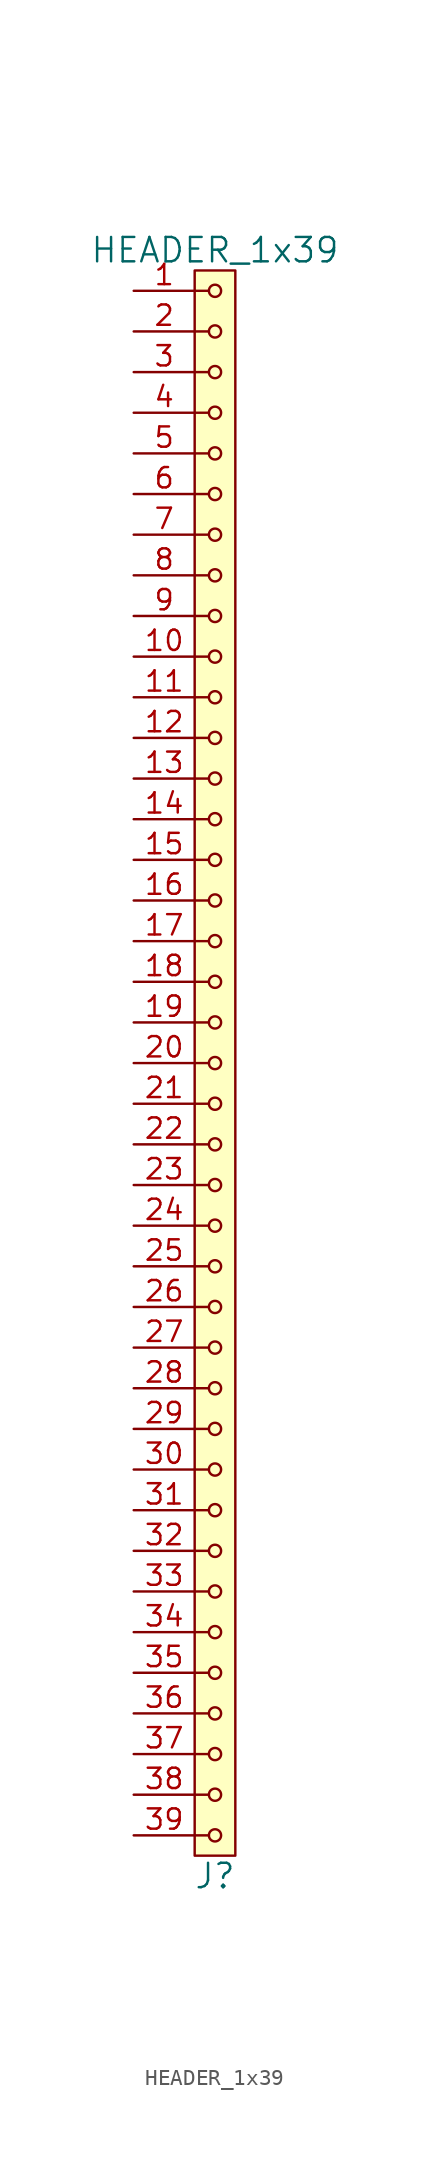
<source format=kicad_sym>
(kicad_symbol_lib
  (version 20211014)
  (generator kicad_symbol_editor)
  (symbol "HEADER_1x39"
    (pin_names
      (offset 1.016))
    (property "Reference" "J"
      (at 0 -50.8 0)
      (effects (font (size 1.524 1.524))))
    (property "Value" "HEADER_1x39"
      (at 0 50.8 0)
      (effects (font (size 1.524 1.524))))
    (property "Footprint" ""
      (at 0 48.26 0)
      (effects (font (size 1.524 1.524))))
    (property "Datasheet" ""
      (at 0 48.26 0)
      (effects (font (size 1.524 1.524))))
    (symbol "HEADER_1x39_0_1"
      (rectangle (start -1.27 49.53) (end 1.27 -49.53) (stroke (width 0) (type default) (color 0 0 0 0)) (fill (type background)))
      (circle (center 0 -48.26) (radius 0.381) (stroke (width 0) (type default) (color 0 0 0 0)) (fill (type none)))
      (circle (center 0 -45.72) (radius 0.381) (stroke (width 0) (type default) (color 0 0 0 0)) (fill (type none)))
      (circle (center 0 -43.18) (radius 0.381) (stroke (width 0) (type default) (color 0 0 0 0)) (fill (type none)))
      (circle (center 0 -40.64) (radius 0.381) (stroke (width 0) (type default) (color 0 0 0 0)) (fill (type none)))
      (circle (center 0 -38.1) (radius 0.381) (stroke (width 0) (type default) (color 0 0 0 0)) (fill (type none)))
      (circle (center 0 -35.56) (radius 0.381) (stroke (width 0) (type default) (color 0 0 0 0)) (fill (type none)))
      (circle (center 0 -33.02) (radius 0.381) (stroke (width 0) (type default) (color 0 0 0 0)) (fill (type none)))
      (circle (center 0 -30.48) (radius 0.381) (stroke (width 0) (type default) (color 0 0 0 0)) (fill (type none)))
      (circle (center 0 -27.94) (radius 0.381) (stroke (width 0) (type default) (color 0 0 0 0)) (fill (type none)))
      (circle (center 0 -25.4) (radius 0.381) (stroke (width 0) (type default) (color 0 0 0 0)) (fill (type none)))
      (circle (center 0 -22.86) (radius 0.381) (stroke (width 0) (type default) (color 0 0 0 0)) (fill (type none)))
      (circle (center 0 -20.32) (radius 0.381) (stroke (width 0) (type default) (color 0 0 0 0)) (fill (type none)))
      (circle (center 0 -17.78) (radius 0.381) (stroke (width 0) (type default) (color 0 0 0 0)) (fill (type none)))
      (circle (center 0 -15.24) (radius 0.381) (stroke (width 0) (type default) (color 0 0 0 0)) (fill (type none)))
      (circle (center 0 -12.7) (radius 0.381) (stroke (width 0) (type default) (color 0 0 0 0)) (fill (type none)))
      (circle (center 0 -10.16) (radius 0.381) (stroke (width 0) (type default) (color 0 0 0 0)) (fill (type none)))
      (circle (center 0 -7.62) (radius 0.381) (stroke (width 0) (type default) (color 0 0 0 0)) (fill (type none)))
      (circle (center 0 -5.08) (radius 0.381) (stroke (width 0) (type default) (color 0 0 0 0)) (fill (type none)))
      (circle (center 0 -2.54) (radius 0.381) (stroke (width 0) (type default) (color 0 0 0 0)) (fill (type none)))
      (polyline (pts (xy -1.27 -48.26) (xy -0.381 -48.26)) (stroke (width 0) (type default) (color 0 0 0 0)) (fill (type none)))
      (polyline (pts (xy -1.27 -45.72) (xy -0.381 -45.72)) (stroke (width 0) (type default) (color 0 0 0 0)) (fill (type none)))
      (polyline (pts (xy -1.27 -43.18) (xy -0.381 -43.18)) (stroke (width 0) (type default) (color 0 0 0 0)) (fill (type none)))
      (polyline (pts (xy -1.27 -40.64) (xy -0.381 -40.64)) (stroke (width 0) (type default) (color 0 0 0 0)) (fill (type none)))
      (polyline (pts (xy -1.27 -38.1) (xy -0.381 -38.1)) (stroke (width 0) (type default) (color 0 0 0 0)) (fill (type none)))
      (polyline (pts (xy -1.27 -35.56) (xy -0.381 -35.56)) (stroke (width 0) (type default) (color 0 0 0 0)) (fill (type none)))
      (polyline (pts (xy -1.27 -33.02) (xy -0.381 -33.02)) (stroke (width 0) (type default) (color 0 0 0 0)) (fill (type none)))
      (polyline (pts (xy -1.27 -30.48) (xy -0.381 -30.48)) (stroke (width 0) (type default) (color 0 0 0 0)) (fill (type none)))
      (polyline (pts (xy -1.27 -27.94) (xy -0.381 -27.94)) (stroke (width 0) (type default) (color 0 0 0 0)) (fill (type none)))
      (polyline (pts (xy -1.27 -25.4) (xy -0.381 -25.4)) (stroke (width 0) (type default) (color 0 0 0 0)) (fill (type none)))
      (polyline (pts (xy -1.27 -22.86) (xy -0.381 -22.86)) (stroke (width 0) (type default) (color 0 0 0 0)) (fill (type none)))
      (polyline (pts (xy -1.27 -20.32) (xy -0.381 -20.32)) (stroke (width 0) (type default) (color 0 0 0 0)) (fill (type none)))
      (polyline (pts (xy -1.27 -17.78) (xy -0.381 -17.78)) (stroke (width 0) (type default) (color 0 0 0 0)) (fill (type none)))
      (polyline (pts (xy -1.27 -15.24) (xy -0.381 -15.24)) (stroke (width 0) (type default) (color 0 0 0 0)) (fill (type none)))
      (polyline (pts (xy -1.27 -12.7) (xy -0.381 -12.7)) (stroke (width 0) (type default) (color 0 0 0 0)) (fill (type none)))
      (polyline (pts (xy -1.27 -10.16) (xy -0.381 -10.16)) (stroke (width 0) (type default) (color 0 0 0 0)) (fill (type none)))
      (polyline (pts (xy -1.27 -7.62) (xy -0.381 -7.62)) (stroke (width 0) (type default) (color 0 0 0 0)) (fill (type none)))
      (polyline (pts (xy -1.27 -5.08) (xy -0.381 -5.08)) (stroke (width 0) (type default) (color 0 0 0 0)) (fill (type none)))
      (polyline (pts (xy -1.27 -2.54) (xy -0.381 -2.54)) (stroke (width 0) (type default) (color 0 0 0 0)) (fill (type none)))
      (polyline (pts (xy -1.27 0) (xy -0.381 0)) (stroke (width 0) (type default) (color 0 0 0 0)) (fill (type none)))
      (polyline (pts (xy -1.27 2.54) (xy -0.381 2.54)) (stroke (width 0) (type default) (color 0 0 0 0)) (fill (type none)))
      (polyline (pts (xy -1.27 5.08) (xy -0.381 5.08)) (stroke (width 0) (type default) (color 0 0 0 0)) (fill (type none)))
      (polyline (pts (xy -1.27 7.62) (xy -0.381 7.62)) (stroke (width 0) (type default) (color 0 0 0 0)) (fill (type none)))
      (polyline (pts (xy -1.27 10.16) (xy -0.381 10.16)) (stroke (width 0) (type default) (color 0 0 0 0)) (fill (type none)))
      (polyline (pts (xy -1.27 12.7) (xy -0.381 12.7)) (stroke (width 0) (type default) (color 0 0 0 0)) (fill (type none)))
      (polyline (pts (xy -1.27 15.24) (xy -0.381 15.24)) (stroke (width 0) (type default) (color 0 0 0 0)) (fill (type none)))
      (polyline (pts (xy -1.27 17.78) (xy -0.381 17.78)) (stroke (width 0) (type default) (color 0 0 0 0)) (fill (type none)))
      (polyline (pts (xy -1.27 20.32) (xy -0.381 20.32)) (stroke (width 0) (type default) (color 0 0 0 0)) (fill (type none)))
      (polyline (pts (xy -1.27 22.86) (xy -0.381 22.86)) (stroke (width 0) (type default) (color 0 0 0 0)) (fill (type none)))
      (polyline (pts (xy -1.27 25.4) (xy -0.381 25.4)) (stroke (width 0) (type default) (color 0 0 0 0)) (fill (type none)))
      (polyline (pts (xy -1.27 27.94) (xy -0.381 27.94)) (stroke (width 0) (type default) (color 0 0 0 0)) (fill (type none)))
      (polyline (pts (xy -1.27 30.48) (xy -0.381 30.48)) (stroke (width 0) (type default) (color 0 0 0 0)) (fill (type none)))
      (polyline (pts (xy -1.27 33.02) (xy -0.381 33.02)) (stroke (width 0) (type default) (color 0 0 0 0)) (fill (type none)))
      (polyline (pts (xy -1.27 35.56) (xy -0.381 35.56)) (stroke (width 0) (type default) (color 0 0 0 0)) (fill (type none)))
      (polyline (pts (xy -1.27 38.1) (xy -0.381 38.1)) (stroke (width 0) (type default) (color 0 0 0 0)) (fill (type none)))
      (polyline (pts (xy -1.27 40.64) (xy -0.381 40.64)) (stroke (width 0) (type default) (color 0 0 0 0)) (fill (type none)))
      (polyline (pts (xy -1.27 43.18) (xy -0.381 43.18)) (stroke (width 0) (type default) (color 0 0 0 0)) (fill (type none)))
      (polyline (pts (xy -1.27 45.72) (xy -0.381 45.72)) (stroke (width 0) (type default) (color 0 0 0 0)) (fill (type none)))
      (polyline (pts (xy -1.27 48.26) (xy -0.381 48.26)) (stroke (width 0) (type default) (color 0 0 0 0)) (fill (type none)))
      (circle (center 0 0) (radius 0.381) (stroke (width 0) (type default) (color 0 0 0 0)) (fill (type none)))
      (circle (center 0 2.54) (radius 0.381) (stroke (width 0) (type default) (color 0 0 0 0)) (fill (type none)))
      (circle (center 0 5.08) (radius 0.381) (stroke (width 0) (type default) (color 0 0 0 0)) (fill (type none)))
      (circle (center 0 7.62) (radius 0.381) (stroke (width 0) (type default) (color 0 0 0 0)) (fill (type none)))
      (circle (center 0 10.16) (radius 0.381) (stroke (width 0) (type default) (color 0 0 0 0)) (fill (type none)))
      (circle (center 0 12.7) (radius 0.381) (stroke (width 0) (type default) (color 0 0 0 0)) (fill (type none)))
      (circle (center 0 15.24) (radius 0.381) (stroke (width 0) (type default) (color 0 0 0 0)) (fill (type none)))
      (circle (center 0 17.78) (radius 0.381) (stroke (width 0) (type default) (color 0 0 0 0)) (fill (type none)))
      (circle (center 0 20.32) (radius 0.381) (stroke (width 0) (type default) (color 0 0 0 0)) (fill (type none)))
      (circle (center 0 22.86) (radius 0.381) (stroke (width 0) (type default) (color 0 0 0 0)) (fill (type none)))
      (circle (center 0 25.4) (radius 0.381) (stroke (width 0) (type default) (color 0 0 0 0)) (fill (type none)))
      (circle (center 0 27.94) (radius 0.381) (stroke (width 0) (type default) (color 0 0 0 0)) (fill (type none)))
      (circle (center 0 30.48) (radius 0.381) (stroke (width 0) (type default) (color 0 0 0 0)) (fill (type none)))
      (circle (center 0 33.02) (radius 0.381) (stroke (width 0) (type default) (color 0 0 0 0)) (fill (type none)))
      (circle (center 0 35.56) (radius 0.381) (stroke (width 0) (type default) (color 0 0 0 0)) (fill (type none)))
      (circle (center 0 38.1) (radius 0.381) (stroke (width 0) (type default) (color 0 0 0 0)) (fill (type none)))
      (circle (center 0 40.64) (radius 0.381) (stroke (width 0) (type default) (color 0 0 0 0)) (fill (type none)))
      (circle (center 0 43.18) (radius 0.381) (stroke (width 0) (type default) (color 0 0 0 0)) (fill (type none)))
      (circle (center 0 45.72) (radius 0.381) (stroke (width 0) (type default) (color 0 0 0 0)) (fill (type none)))
      (circle (center 0 48.26) (radius 0.381) (stroke (width 0) (type default) (color 0 0 0 0)) (fill (type none))))
    (symbol "HEADER_1x39_1_1"
      (pin input line (at -5.08 48.26 0) (length 3.81) (name "~" (effects (font (size 1.27 1.27)))) (number "1" (effects (font (size 1.27 1.27)))))
      (pin input line (at -5.08 25.4 0) (length 3.81) (name "~" (effects (font (size 1.27 1.27)))) (number "10" (effects (font (size 1.27 1.27)))))
      (pin input line (at -5.08 22.86 0) (length 3.81) (name "~" (effects (font (size 1.27 1.27)))) (number "11" (effects (font (size 1.27 1.27)))))
      (pin input line (at -5.08 20.32 0) (length 3.81) (name "~" (effects (font (size 1.27 1.27)))) (number "12" (effects (font (size 1.27 1.27)))))
      (pin input line (at -5.08 17.78 0) (length 3.81) (name "~" (effects (font (size 1.27 1.27)))) (number "13" (effects (font (size 1.27 1.27)))))
      (pin input line (at -5.08 15.24 0) (length 3.81) (name "~" (effects (font (size 1.27 1.27)))) (number "14" (effects (font (size 1.27 1.27)))))
      (pin input line (at -5.08 12.7 0) (length 3.81) (name "~" (effects (font (size 1.27 1.27)))) (number "15" (effects (font (size 1.27 1.27)))))
      (pin input line (at -5.08 10.16 0) (length 3.81) (name "~" (effects (font (size 1.27 1.27)))) (number "16" (effects (font (size 1.27 1.27)))))
      (pin input line (at -5.08 7.62 0) (length 3.81) (name "~" (effects (font (size 1.27 1.27)))) (number "17" (effects (font (size 1.27 1.27)))))
      (pin input line (at -5.08 5.08 0) (length 3.81) (name "~" (effects (font (size 1.27 1.27)))) (number "18" (effects (font (size 1.27 1.27)))))
      (pin input line (at -5.08 2.54 0) (length 3.81) (name "~" (effects (font (size 1.27 1.27)))) (number "19" (effects (font (size 1.27 1.27)))))
      (pin input line (at -5.08 45.72 0) (length 3.81) (name "~" (effects (font (size 1.27 1.27)))) (number "2" (effects (font (size 1.27 1.27)))))
      (pin input line (at -5.08 0 0) (length 3.81) (name "~" (effects (font (size 1.27 1.27)))) (number "20" (effects (font (size 1.27 1.27)))))
      (pin input line (at -5.08 -2.54 0) (length 3.81) (name "~" (effects (font (size 1.27 1.27)))) (number "21" (effects (font (size 1.27 1.27)))))
      (pin input line (at -5.08 -5.08 0) (length 3.81) (name "~" (effects (font (size 1.27 1.27)))) (number "22" (effects (font (size 1.27 1.27)))))
      (pin input line (at -5.08 -7.62 0) (length 3.81) (name "~" (effects (font (size 1.27 1.27)))) (number "23" (effects (font (size 1.27 1.27)))))
      (pin input line (at -5.08 -10.16 0) (length 3.81) (name "~" (effects (font (size 1.27 1.27)))) (number "24" (effects (font (size 1.27 1.27)))))
      (pin input line (at -5.08 -12.7 0) (length 3.81) (name "~" (effects (font (size 1.27 1.27)))) (number "25" (effects (font (size 1.27 1.27)))))
      (pin input line (at -5.08 -15.24 0) (length 3.81) (name "~" (effects (font (size 1.27 1.27)))) (number "26" (effects (font (size 1.27 1.27)))))
      (pin input line (at -5.08 -17.78 0) (length 3.81) (name "~" (effects (font (size 1.27 1.27)))) (number "27" (effects (font (size 1.27 1.27)))))
      (pin input line (at -5.08 -20.32 0) (length 3.81) (name "~" (effects (font (size 1.27 1.27)))) (number "28" (effects (font (size 1.27 1.27)))))
      (pin input line (at -5.08 -22.86 0) (length 3.81) (name "~" (effects (font (size 1.27 1.27)))) (number "29" (effects (font (size 1.27 1.27)))))
      (pin input line (at -5.08 43.18 0) (length 3.81) (name "~" (effects (font (size 1.27 1.27)))) (number "3" (effects (font (size 1.27 1.27)))))
      (pin input line (at -5.08 -25.4 0) (length 3.81) (name "~" (effects (font (size 1.27 1.27)))) (number "30" (effects (font (size 1.27 1.27)))))
      (pin input line (at -5.08 -27.94 0) (length 3.81) (name "~" (effects (font (size 1.27 1.27)))) (number "31" (effects (font (size 1.27 1.27)))))
      (pin input line (at -5.08 -30.48 0) (length 3.81) (name "~" (effects (font (size 1.27 1.27)))) (number "32" (effects (font (size 1.27 1.27)))))
      (pin input line (at -5.08 -33.02 0) (length 3.81) (name "~" (effects (font (size 1.27 1.27)))) (number "33" (effects (font (size 1.27 1.27)))))
      (pin input line (at -5.08 -35.56 0) (length 3.81) (name "~" (effects (font (size 1.27 1.27)))) (number "34" (effects (font (size 1.27 1.27)))))
      (pin input line (at -5.08 -38.1 0) (length 3.81) (name "~" (effects (font (size 1.27 1.27)))) (number "35" (effects (font (size 1.27 1.27)))))
      (pin input line (at -5.08 -40.64 0) (length 3.81) (name "~" (effects (font (size 1.27 1.27)))) (number "36" (effects (font (size 1.27 1.27)))))
      (pin input line (at -5.08 -43.18 0) (length 3.81) (name "~" (effects (font (size 1.27 1.27)))) (number "37" (effects (font (size 1.27 1.27)))))
      (pin input line (at -5.08 -45.72 0) (length 3.81) (name "~" (effects (font (size 1.27 1.27)))) (number "38" (effects (font (size 1.27 1.27)))))
      (pin input line (at -5.08 -48.26 0) (length 3.81) (name "~" (effects (font (size 1.27 1.27)))) (number "39" (effects (font (size 1.27 1.27)))))
      (pin input line (at -5.08 40.64 0) (length 3.81) (name "~" (effects (font (size 1.27 1.27)))) (number "4" (effects (font (size 1.27 1.27)))))
      (pin input line (at -5.08 38.1 0) (length 3.81) (name "~" (effects (font (size 1.27 1.27)))) (number "5" (effects (font (size 1.27 1.27)))))
      (pin input line (at -5.08 35.56 0) (length 3.81) (name "~" (effects (font (size 1.27 1.27)))) (number "6" (effects (font (size 1.27 1.27)))))
      (pin input line (at -5.08 33.02 0) (length 3.81) (name "~" (effects (font (size 1.27 1.27)))) (number "7" (effects (font (size 1.27 1.27)))))
      (pin input line (at -5.08 30.48 0) (length 3.81) (name "~" (effects (font (size 1.27 1.27)))) (number "8" (effects (font (size 1.27 1.27)))))
      (pin input line (at -5.08 27.94 0) (length 3.81) (name "~" (effects (font (size 1.27 1.27)))) (number "9" (effects (font (size 1.27 1.27))))))))
</source>
